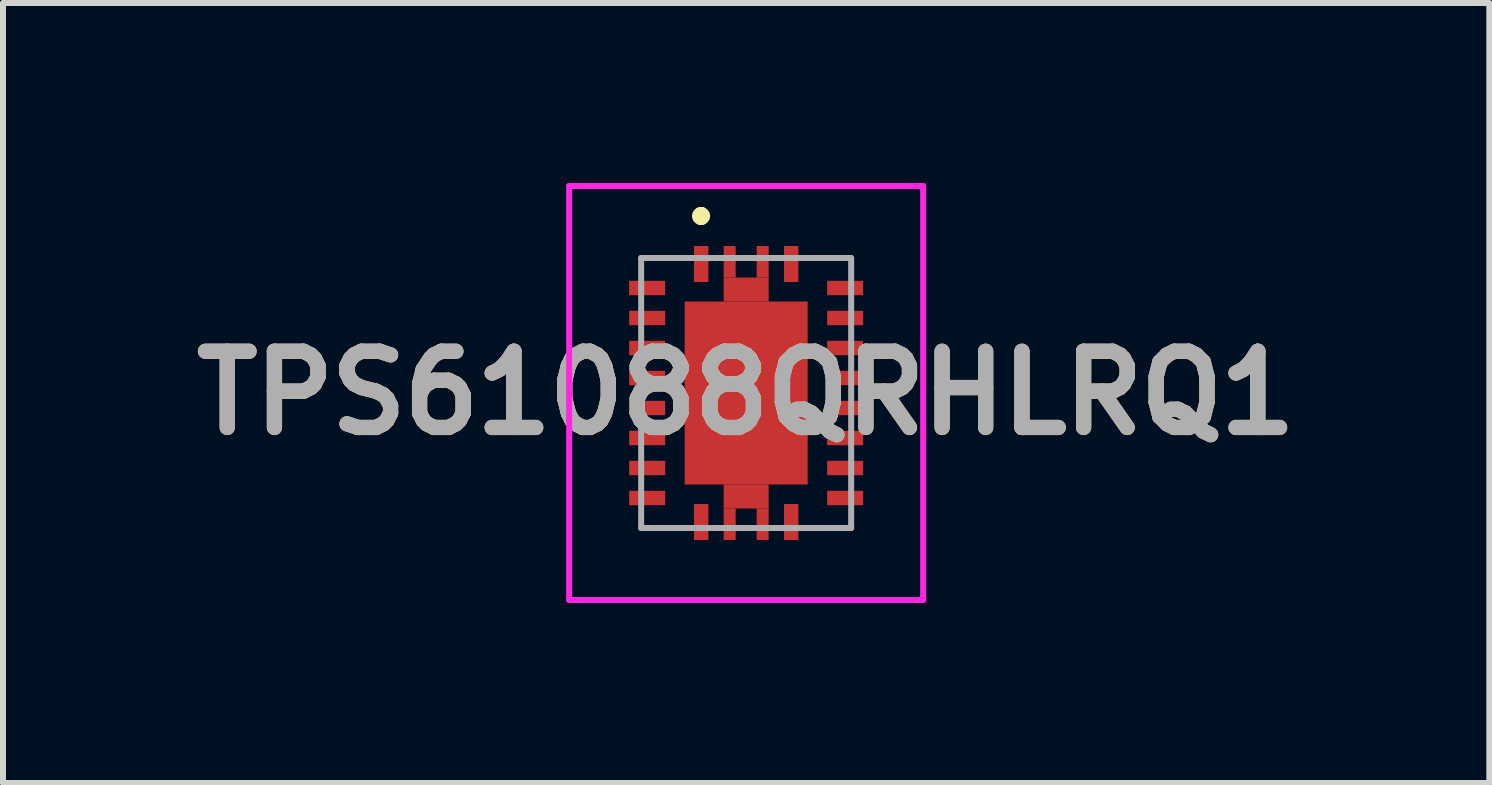
<source format=kicad_pcb>
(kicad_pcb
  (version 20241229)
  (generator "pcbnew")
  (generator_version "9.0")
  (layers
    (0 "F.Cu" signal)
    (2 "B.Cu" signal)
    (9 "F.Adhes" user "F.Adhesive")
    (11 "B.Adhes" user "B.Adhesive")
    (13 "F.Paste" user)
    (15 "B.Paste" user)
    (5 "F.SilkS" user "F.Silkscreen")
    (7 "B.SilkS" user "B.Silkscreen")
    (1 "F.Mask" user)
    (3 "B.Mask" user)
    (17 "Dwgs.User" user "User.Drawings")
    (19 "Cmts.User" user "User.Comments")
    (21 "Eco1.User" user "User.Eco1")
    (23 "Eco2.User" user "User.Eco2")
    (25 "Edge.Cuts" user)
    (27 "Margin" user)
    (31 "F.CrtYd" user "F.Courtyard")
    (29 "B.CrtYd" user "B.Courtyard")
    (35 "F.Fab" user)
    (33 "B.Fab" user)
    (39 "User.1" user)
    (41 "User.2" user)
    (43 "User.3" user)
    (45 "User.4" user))
  (footprint "TPS61088QRHLRQ1"
    (layer "F.Cu")
    (at 9.386 3.5)
    (property "Reference" "TPS61088QRHLRQ1" (at 0 0 0) (layer "F.SilkS") (effects (font (size 1.27 1.27) (thickness 0.254))))
    (attr smd)
    (fp_line (start -0.75 -3) (end -0.75 -3) (stroke (width 0.2) (type solid)) (layer "F.SilkS"))
    (fp_line (start -0.75 -3) (end -0.75 -3) (stroke (width 0.2) (type solid)) (layer "F.SilkS"))
    (fp_line (start -0.75 -2.9) (end -0.75 -2.9) (stroke (width 0.2) (type solid)) (layer "F.SilkS"))
    (fp_arc (start -0.75 -3) (mid -0.7 -2.95) (end -0.75 -2.9) (stroke (width 0.2) (type solid)) (layer "F.SilkS"))
    (fp_arc (start -0.75 -2.9) (mid -0.8 -2.95) (end -0.75 -3) (stroke (width 0.2) (type solid)) (layer "F.SilkS"))
    (fp_arc (start -0.75 -2.9) (mid -0.8 -2.95) (end -0.75 -3) (stroke (width 0.2) (type solid)) (layer "F.SilkS"))
    (fp_line (start -2.95 -3.45) (end 2.95 -3.45) (stroke (width 0.1) (type solid)) (layer "F.CrtYd"))
    (fp_line (start -2.95 3.45) (end -2.95 -3.45) (stroke (width 0.1) (type solid)) (layer "F.CrtYd"))
    (fp_line (start 2.95 -3.45) (end 2.95 3.45) (stroke (width 0.1) (type solid)) (layer "F.CrtYd"))
    (fp_line (start 2.95 3.45) (end -2.95 3.45) (stroke (width 0.1) (type solid)) (layer "F.CrtYd"))
    (fp_line (start -1.75 -2.25) (end -1.75 2.25) (stroke (width 0.1) (type solid)) (layer "F.Fab"))
    (fp_line (start -1.75 2.25) (end 1.75 2.25) (stroke (width 0.1) (type solid)) (layer "F.Fab"))
    (fp_line (start 1.75 -2.25) (end -1.75 -2.25) (stroke (width 0.1) (type solid)) (layer "F.Fab"))
    (fp_line (start 1.75 2.25) (end 1.75 -2.25) (stroke (width 0.1) (type solid)) (layer "F.Fab"))
    (fp_text user "${REFERENCE}" (at 0 0 0) (layer "F.Fab") (effects (font (size 1.27 1.27) (thickness 0.254))))
    (pad "1" smd rect (at -0.75 -2.15) (size 0.24 0.6) (layers "F.Cu" "F.Mask" "F.Paste"))
    (pad "2" smd rect (at -1.65 -1.75 90) (size 0.24 0.6) (layers "F.Cu" "F.Mask" "F.Paste"))
    (pad "3" smd rect (at -1.65 -1.25 90) (size 0.24 0.6) (layers "F.Cu" "F.Mask" "F.Paste"))
    (pad "4" smd rect (at -1.65 -0.75 90) (size 0.24 0.6) (layers "F.Cu" "F.Mask" "F.Paste"))
    (pad "5" smd rect (at -1.65 -0.25 90) (size 0.24 0.6) (layers "F.Cu" "F.Mask" "F.Paste"))
    (pad "6" smd rect (at -1.65 0.25 90) (size 0.24 0.6) (layers "F.Cu" "F.Mask" "F.Paste"))
    (pad "7" smd rect (at -1.65 0.75 90) (size 0.24 0.6) (layers "F.Cu" "F.Mask" "F.Paste"))
    (pad "8" smd rect (at -1.65 1.25 90) (size 0.24 0.6) (layers "F.Cu" "F.Mask" "F.Paste"))
    (pad "9" smd rect (at -1.65 1.75 90) (size 0.24 0.6) (layers "F.Cu" "F.Mask" "F.Paste"))
    (pad "10" smd rect (at -0.75 2.15) (size 0.24 0.6) (layers "F.Cu" "F.Mask" "F.Paste"))
    (pad "11" smd rect (at 0.75 2.15) (size 0.24 0.6) (layers "F.Cu" "F.Mask" "F.Paste"))
    (pad "12" smd rect (at 1.65 1.75 90) (size 0.24 0.6) (layers "F.Cu" "F.Mask" "F.Paste"))
    (pad "13" smd rect (at 1.65 1.25 90) (size 0.24 0.6) (layers "F.Cu" "F.Mask" "F.Paste"))
    (pad "14" smd rect (at 1.65 0.75 90) (size 0.24 0.6) (layers "F.Cu" "F.Mask" "F.Paste"))
    (pad "15" smd rect (at 1.65 0.25 90) (size 0.24 0.6) (layers "F.Cu" "F.Mask" "F.Paste"))
    (pad "16" smd rect (at 1.65 -0.25 90) (size 0.24 0.6) (layers "F.Cu" "F.Mask" "F.Paste"))
    (pad "17" smd rect (at 1.65 -0.75 90) (size 0.24 0.6) (layers "F.Cu" "F.Mask" "F.Paste"))
    (pad "18" smd rect (at 1.65 -1.25 90) (size 0.24 0.6) (layers "F.Cu" "F.Mask" "F.Paste"))
    (pad "19" smd rect (at 1.65 -1.75 90) (size 0.24 0.6) (layers "F.Cu" "F.Mask" "F.Paste"))
    (pad "20" smd rect (at 0.75 -2.15) (size 0.24 0.6) (layers "F.Cu" "F.Mask" "F.Paste"))
    (pad "21" smd rect (at 0 0) (size 2.05 3.05) (layers "F.Cu" "F.Mask" "F.Paste"))
    (pad "22" smd rect (at 0 1.725 90) (size 0.4 0.75) (layers "F.Cu" "F.Mask" "F.Paste"))
    (pad "23" smd rect (at -0.275 2.187) (size 0.2 0.525) (layers "F.Cu" "F.Mask" "F.Paste"))
    (pad "24" smd rect (at 0.275 2.187) (size 0.2 0.525) (layers "F.Cu" "F.Mask" "F.Paste"))
    (pad "25" smd rect (at 0 -1.725 90) (size 0.4 0.75) (layers "F.Cu" "F.Mask" "F.Paste"))
    (pad "26" smd rect (at 0.275 -2.187) (size 0.2 0.525) (layers "F.Cu" "F.Mask" "F.Paste"))
    (pad "27" smd rect (at -0.275 -2.187) (size 0.2 0.525) (layers "F.Cu" "F.Mask" "F.Paste")))
  (gr_rect
    (start -3 -3)
    (end 21.772 10)
    (stroke (width 0.1) (type default))
    (fill no)
    (layer "Edge.Cuts")))
</source>
